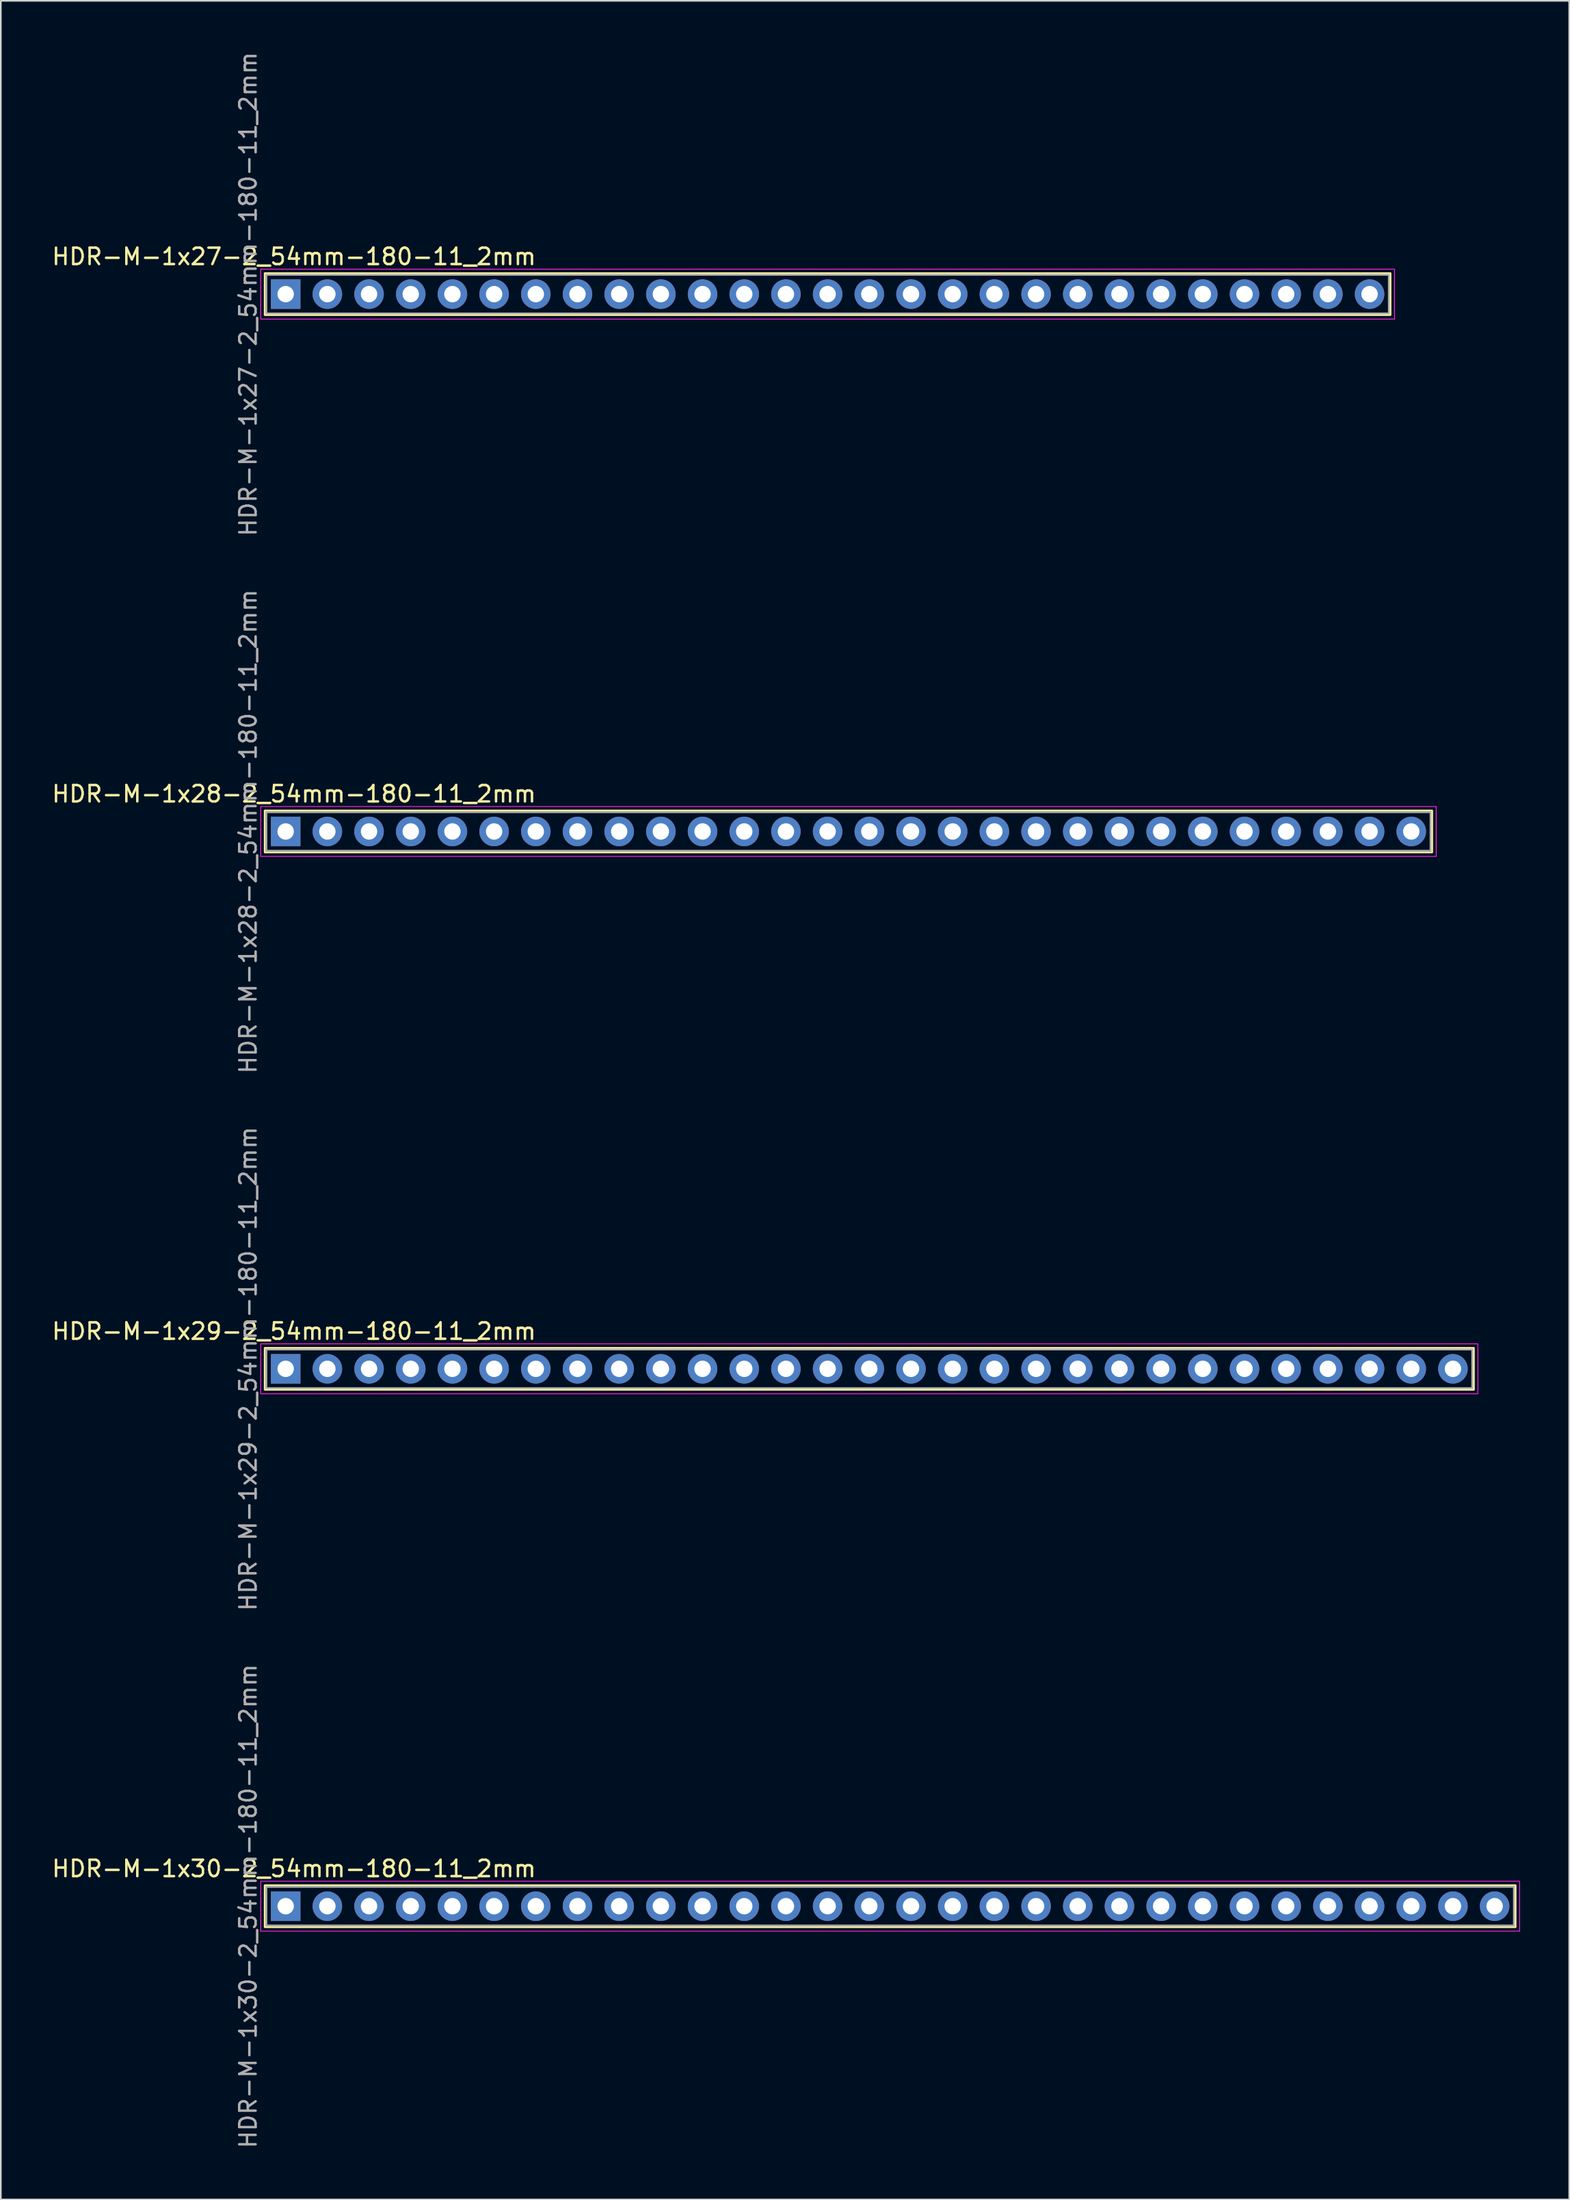
<source format=kicad_pcb>
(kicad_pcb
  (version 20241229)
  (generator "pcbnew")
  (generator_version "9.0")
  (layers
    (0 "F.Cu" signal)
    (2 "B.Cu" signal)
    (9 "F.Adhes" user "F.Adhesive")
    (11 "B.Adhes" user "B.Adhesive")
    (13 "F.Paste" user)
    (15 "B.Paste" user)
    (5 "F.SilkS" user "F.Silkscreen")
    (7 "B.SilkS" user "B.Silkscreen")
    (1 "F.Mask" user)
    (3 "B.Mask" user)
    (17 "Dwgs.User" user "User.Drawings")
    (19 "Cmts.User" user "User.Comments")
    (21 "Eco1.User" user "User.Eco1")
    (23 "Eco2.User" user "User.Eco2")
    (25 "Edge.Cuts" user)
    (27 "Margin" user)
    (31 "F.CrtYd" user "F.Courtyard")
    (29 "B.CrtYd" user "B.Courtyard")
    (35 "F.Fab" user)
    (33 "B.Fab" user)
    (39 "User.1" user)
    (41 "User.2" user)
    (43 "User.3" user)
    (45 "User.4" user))
  (footprint "HDR-M-1x29-2_54mm-180-11_2mm"
    (layer "F.Cu")
    (at 14.355 80.315)
    (property "Reference" "HDR-M-1x29-2_54mm-180-11_2mm" (at 0.508 -2.286 0) (unlocked yes) (layer "F.SilkS") (effects (font (size 1 1) (thickness 0.15))))
    (attr through_hole)
    (fp_rect (start -1.27 -1.27) (end 72.39 1.27) (stroke (width 0.12) (type solid)) (fill no) (layer "F.SilkS"))
    (fp_rect (start -1.52 -1.52) (end 72.64 1.52) (stroke (width 0.05) (type solid)) (fill no) (layer "F.CrtYd"))
    (fp_rect (start -1.17 -1.17) (end 72.29 1.17) (stroke (width 0.1) (type solid)) (fill no) (layer "F.Fab"))
    (fp_text user "${REFERENCE}" (at -2.286 0 90) (unlocked yes) (layer "F.Fab") (effects (font (size 1 1) (thickness 0.15))))
    (pad "1" thru_hole rect (at 0 0) (size 1.8 1.8) (drill 1) (layers "*.Cu" "*.Mask"))
    (pad "2" thru_hole circle (at 2.54 0) (size 1.8 1.8) (drill 1) (layers "*.Cu" "*.Mask"))
    (pad "3" thru_hole circle (at 5.08 0) (size 1.8 1.8) (drill 1) (layers "*.Cu" "*.Mask"))
    (pad "4" thru_hole circle (at 7.62 0) (size 1.8 1.8) (drill 1) (layers "*.Cu" "*.Mask"))
    (pad "5" thru_hole circle (at 10.16 0) (size 1.8 1.8) (drill 1) (layers "*.Cu" "*.Mask"))
    (pad "6" thru_hole circle (at 12.7 0) (size 1.8 1.8) (drill 1) (layers "*.Cu" "*.Mask"))
    (pad "7" thru_hole circle (at 15.24 0) (size 1.8 1.8) (drill 1) (layers "*.Cu" "*.Mask"))
    (pad "8" thru_hole circle (at 17.78 0) (size 1.8 1.8) (drill 1) (layers "*.Cu" "*.Mask"))
    (pad "9" thru_hole circle (at 20.32 0) (size 1.8 1.8) (drill 1) (layers "*.Cu" "*.Mask"))
    (pad "10" thru_hole circle (at 22.86 0) (size 1.8 1.8) (drill 1) (layers "*.Cu" "*.Mask"))
    (pad "11" thru_hole circle (at 25.4 0) (size 1.8 1.8) (drill 1) (layers "*.Cu" "*.Mask"))
    (pad "12" thru_hole circle (at 27.94 0) (size 1.8 1.8) (drill 1) (layers "*.Cu" "*.Mask"))
    (pad "13" thru_hole circle (at 30.48 0) (size 1.8 1.8) (drill 1) (layers "*.Cu" "*.Mask"))
    (pad "14" thru_hole circle (at 33.02 0) (size 1.8 1.8) (drill 1) (layers "*.Cu" "*.Mask"))
    (pad "15" thru_hole circle (at 35.56 0) (size 1.8 1.8) (drill 1) (layers "*.Cu" "*.Mask"))
    (pad "16" thru_hole circle (at 38.1 0) (size 1.8 1.8) (drill 1) (layers "*.Cu" "*.Mask"))
    (pad "17" thru_hole circle (at 40.64 0) (size 1.8 1.8) (drill 1) (layers "*.Cu" "*.Mask"))
    (pad "18" thru_hole circle (at 43.18 0) (size 1.8 1.8) (drill 1) (layers "*.Cu" "*.Mask"))
    (pad "19" thru_hole circle (at 45.72 0) (size 1.8 1.8) (drill 1) (layers "*.Cu" "*.Mask"))
    (pad "20" thru_hole circle (at 48.26 0) (size 1.8 1.8) (drill 1) (layers "*.Cu" "*.Mask"))
    (pad "21" thru_hole circle (at 50.8 0) (size 1.8 1.8) (drill 1) (layers "*.Cu" "*.Mask"))
    (pad "22" thru_hole circle (at 53.34 0) (size 1.8 1.8) (drill 1) (layers "*.Cu" "*.Mask"))
    (pad "23" thru_hole circle (at 55.88 0) (size 1.8 1.8) (drill 1) (layers "*.Cu" "*.Mask"))
    (pad "24" thru_hole circle (at 58.42 0) (size 1.8 1.8) (drill 1) (layers "*.Cu" "*.Mask"))
    (pad "25" thru_hole circle (at 60.96 0) (size 1.8 1.8) (drill 1) (layers "*.Cu" "*.Mask"))
    (pad "26" thru_hole circle (at 63.5 0) (size 1.8 1.8) (drill 1) (layers "*.Cu" "*.Mask"))
    (pad "27" thru_hole circle (at 66.04 0) (size 1.8 1.8) (drill 1) (layers "*.Cu" "*.Mask"))
    (pad "28" thru_hole circle (at 68.58 0) (size 1.8 1.8) (drill 1) (layers "*.Cu" "*.Mask"))
    (pad "29" thru_hole circle (at 71.12 0) (size 1.8 1.8) (drill 1) (layers "*.Cu" "*.Mask")))
  (footprint "HDR-M-1x27-2_54mm-180-11_2mm"
    (layer "F.Cu")
    (at 14.355 14.863)
    (property "Reference" "HDR-M-1x27-2_54mm-180-11_2mm" (at 0.508 -2.286 0) (unlocked yes) (layer "F.SilkS") (effects (font (size 1 1) (thickness 0.15))))
    (attr through_hole)
    (fp_rect (start -1.27 -1.27) (end 67.31 1.27) (stroke (width 0.12) (type solid)) (fill no) (layer "F.SilkS"))
    (fp_rect (start -1.52 -1.52) (end 67.56 1.52) (stroke (width 0.05) (type solid)) (fill no) (layer "F.CrtYd"))
    (fp_rect (start -1.17 -1.17) (end 67.21 1.17) (stroke (width 0.1) (type solid)) (fill no) (layer "F.Fab"))
    (fp_text user "${REFERENCE}" (at -2.286 0 90) (unlocked yes) (layer "F.Fab") (effects (font (size 1 1) (thickness 0.15))))
    (pad "1" thru_hole rect (at 0 0) (size 1.8 1.8) (drill 1) (layers "*.Cu" "*.Mask"))
    (pad "2" thru_hole circle (at 2.54 0) (size 1.8 1.8) (drill 1) (layers "*.Cu" "*.Mask"))
    (pad "3" thru_hole circle (at 5.08 0) (size 1.8 1.8) (drill 1) (layers "*.Cu" "*.Mask"))
    (pad "4" thru_hole circle (at 7.62 0) (size 1.8 1.8) (drill 1) (layers "*.Cu" "*.Mask"))
    (pad "5" thru_hole circle (at 10.16 0) (size 1.8 1.8) (drill 1) (layers "*.Cu" "*.Mask"))
    (pad "6" thru_hole circle (at 12.7 0) (size 1.8 1.8) (drill 1) (layers "*.Cu" "*.Mask"))
    (pad "7" thru_hole circle (at 15.24 0) (size 1.8 1.8) (drill 1) (layers "*.Cu" "*.Mask"))
    (pad "8" thru_hole circle (at 17.78 0) (size 1.8 1.8) (drill 1) (layers "*.Cu" "*.Mask"))
    (pad "9" thru_hole circle (at 20.32 0) (size 1.8 1.8) (drill 1) (layers "*.Cu" "*.Mask"))
    (pad "10" thru_hole circle (at 22.86 0) (size 1.8 1.8) (drill 1) (layers "*.Cu" "*.Mask"))
    (pad "11" thru_hole circle (at 25.4 0) (size 1.8 1.8) (drill 1) (layers "*.Cu" "*.Mask"))
    (pad "12" thru_hole circle (at 27.94 0) (size 1.8 1.8) (drill 1) (layers "*.Cu" "*.Mask"))
    (pad "13" thru_hole circle (at 30.48 0) (size 1.8 1.8) (drill 1) (layers "*.Cu" "*.Mask"))
    (pad "14" thru_hole circle (at 33.02 0) (size 1.8 1.8) (drill 1) (layers "*.Cu" "*.Mask"))
    (pad "15" thru_hole circle (at 35.56 0) (size 1.8 1.8) (drill 1) (layers "*.Cu" "*.Mask"))
    (pad "16" thru_hole circle (at 38.1 0) (size 1.8 1.8) (drill 1) (layers "*.Cu" "*.Mask"))
    (pad "17" thru_hole circle (at 40.64 0) (size 1.8 1.8) (drill 1) (layers "*.Cu" "*.Mask"))
    (pad "18" thru_hole circle (at 43.18 0) (size 1.8 1.8) (drill 1) (layers "*.Cu" "*.Mask"))
    (pad "19" thru_hole circle (at 45.72 0) (size 1.8 1.8) (drill 1) (layers "*.Cu" "*.Mask"))
    (pad "20" thru_hole circle (at 48.26 0) (size 1.8 1.8) (drill 1) (layers "*.Cu" "*.Mask"))
    (pad "21" thru_hole circle (at 50.8 0) (size 1.8 1.8) (drill 1) (layers "*.Cu" "*.Mask"))
    (pad "22" thru_hole circle (at 53.34 0) (size 1.8 1.8) (drill 1) (layers "*.Cu" "*.Mask"))
    (pad "23" thru_hole circle (at 55.88 0) (size 1.8 1.8) (drill 1) (layers "*.Cu" "*.Mask"))
    (pad "24" thru_hole circle (at 58.42 0) (size 1.8 1.8) (drill 1) (layers "*.Cu" "*.Mask"))
    (pad "25" thru_hole circle (at 60.96 0) (size 1.8 1.8) (drill 1) (layers "*.Cu" "*.Mask"))
    (pad "26" thru_hole circle (at 63.5 0) (size 1.8 1.8) (drill 1) (layers "*.Cu" "*.Mask"))
    (pad "27" thru_hole circle (at 66.04 0) (size 1.8 1.8) (drill 1) (layers "*.Cu" "*.Mask")))
  (footprint "HDR-M-1x28-2_54mm-180-11_2mm"
    (layer "F.Cu")
    (at 14.355 47.589)
    (property "Reference" "HDR-M-1x28-2_54mm-180-11_2mm" (at 0.508 -2.286 0) (unlocked yes) (layer "F.SilkS") (effects (font (size 1 1) (thickness 0.15))))
    (attr through_hole)
    (fp_rect (start -1.27 -1.27) (end 69.85 1.27) (stroke (width 0.12) (type solid)) (fill no) (layer "F.SilkS"))
    (fp_rect (start -1.52 -1.52) (end 70.1 1.52) (stroke (width 0.05) (type solid)) (fill no) (layer "F.CrtYd"))
    (fp_rect (start -1.17 -1.17) (end 69.75 1.17) (stroke (width 0.1) (type solid)) (fill no) (layer "F.Fab"))
    (fp_text user "${REFERENCE}" (at -2.286 0 90) (unlocked yes) (layer "F.Fab") (effects (font (size 1 1) (thickness 0.15))))
    (pad "1" thru_hole rect (at 0 0) (size 1.8 1.8) (drill 1) (layers "*.Cu" "*.Mask"))
    (pad "2" thru_hole circle (at 2.54 0) (size 1.8 1.8) (drill 1) (layers "*.Cu" "*.Mask"))
    (pad "3" thru_hole circle (at 5.08 0) (size 1.8 1.8) (drill 1) (layers "*.Cu" "*.Mask"))
    (pad "4" thru_hole circle (at 7.62 0) (size 1.8 1.8) (drill 1) (layers "*.Cu" "*.Mask"))
    (pad "5" thru_hole circle (at 10.16 0) (size 1.8 1.8) (drill 1) (layers "*.Cu" "*.Mask"))
    (pad "6" thru_hole circle (at 12.7 0) (size 1.8 1.8) (drill 1) (layers "*.Cu" "*.Mask"))
    (pad "7" thru_hole circle (at 15.24 0) (size 1.8 1.8) (drill 1) (layers "*.Cu" "*.Mask"))
    (pad "8" thru_hole circle (at 17.78 0) (size 1.8 1.8) (drill 1) (layers "*.Cu" "*.Mask"))
    (pad "9" thru_hole circle (at 20.32 0) (size 1.8 1.8) (drill 1) (layers "*.Cu" "*.Mask"))
    (pad "10" thru_hole circle (at 22.86 0) (size 1.8 1.8) (drill 1) (layers "*.Cu" "*.Mask"))
    (pad "11" thru_hole circle (at 25.4 0) (size 1.8 1.8) (drill 1) (layers "*.Cu" "*.Mask"))
    (pad "12" thru_hole circle (at 27.94 0) (size 1.8 1.8) (drill 1) (layers "*.Cu" "*.Mask"))
    (pad "13" thru_hole circle (at 30.48 0) (size 1.8 1.8) (drill 1) (layers "*.Cu" "*.Mask"))
    (pad "14" thru_hole circle (at 33.02 0) (size 1.8 1.8) (drill 1) (layers "*.Cu" "*.Mask"))
    (pad "15" thru_hole circle (at 35.56 0) (size 1.8 1.8) (drill 1) (layers "*.Cu" "*.Mask"))
    (pad "16" thru_hole circle (at 38.1 0) (size 1.8 1.8) (drill 1) (layers "*.Cu" "*.Mask"))
    (pad "17" thru_hole circle (at 40.64 0) (size 1.8 1.8) (drill 1) (layers "*.Cu" "*.Mask"))
    (pad "18" thru_hole circle (at 43.18 0) (size 1.8 1.8) (drill 1) (layers "*.Cu" "*.Mask"))
    (pad "19" thru_hole circle (at 45.72 0) (size 1.8 1.8) (drill 1) (layers "*.Cu" "*.Mask"))
    (pad "20" thru_hole circle (at 48.26 0) (size 1.8 1.8) (drill 1) (layers "*.Cu" "*.Mask"))
    (pad "21" thru_hole circle (at 50.8 0) (size 1.8 1.8) (drill 1) (layers "*.Cu" "*.Mask"))
    (pad "22" thru_hole circle (at 53.34 0) (size 1.8 1.8) (drill 1) (layers "*.Cu" "*.Mask"))
    (pad "23" thru_hole circle (at 55.88 0) (size 1.8 1.8) (drill 1) (layers "*.Cu" "*.Mask"))
    (pad "24" thru_hole circle (at 58.42 0) (size 1.8 1.8) (drill 1) (layers "*.Cu" "*.Mask"))
    (pad "25" thru_hole circle (at 60.96 0) (size 1.8 1.8) (drill 1) (layers "*.Cu" "*.Mask"))
    (pad "26" thru_hole circle (at 63.5 0) (size 1.8 1.8) (drill 1) (layers "*.Cu" "*.Mask"))
    (pad "27" thru_hole circle (at 66.04 0) (size 1.8 1.8) (drill 1) (layers "*.Cu" "*.Mask"))
    (pad "28" thru_hole circle (at 68.58 0) (size 1.8 1.8) (drill 1) (layers "*.Cu" "*.Mask")))
  (footprint "HDR-M-1x30-2_54mm-180-11_2mm"
    (layer "F.Cu")
    (at 14.355 113.042)
    (property "Reference" "HDR-M-1x30-2_54mm-180-11_2mm" (at 0.508 -2.286 0) (unlocked yes) (layer "F.SilkS") (effects (font (size 1 1) (thickness 0.15))))
    (attr through_hole)
    (fp_rect (start -1.27 -1.27) (end 74.93 1.27) (stroke (width 0.12) (type solid)) (fill no) (layer "F.SilkS"))
    (fp_rect (start -1.52 -1.52) (end 75.18 1.52) (stroke (width 0.05) (type solid)) (fill no) (layer "F.CrtYd"))
    (fp_rect (start -1.17 -1.17) (end 74.83 1.17) (stroke (width 0.1) (type solid)) (fill no) (layer "F.Fab"))
    (fp_text user "${REFERENCE}" (at -2.286 0 90) (unlocked yes) (layer "F.Fab") (effects (font (size 1 1) (thickness 0.15))))
    (pad "1" thru_hole rect (at 0 0) (size 1.8 1.8) (drill 1) (layers "*.Cu" "*.Mask"))
    (pad "2" thru_hole circle (at 2.54 0) (size 1.8 1.8) (drill 1) (layers "*.Cu" "*.Mask"))
    (pad "3" thru_hole circle (at 5.08 0) (size 1.8 1.8) (drill 1) (layers "*.Cu" "*.Mask"))
    (pad "4" thru_hole circle (at 7.62 0) (size 1.8 1.8) (drill 1) (layers "*.Cu" "*.Mask"))
    (pad "5" thru_hole circle (at 10.16 0) (size 1.8 1.8) (drill 1) (layers "*.Cu" "*.Mask"))
    (pad "6" thru_hole circle (at 12.7 0) (size 1.8 1.8) (drill 1) (layers "*.Cu" "*.Mask"))
    (pad "7" thru_hole circle (at 15.24 0) (size 1.8 1.8) (drill 1) (layers "*.Cu" "*.Mask"))
    (pad "8" thru_hole circle (at 17.78 0) (size 1.8 1.8) (drill 1) (layers "*.Cu" "*.Mask"))
    (pad "9" thru_hole circle (at 20.32 0) (size 1.8 1.8) (drill 1) (layers "*.Cu" "*.Mask"))
    (pad "10" thru_hole circle (at 22.86 0) (size 1.8 1.8) (drill 1) (layers "*.Cu" "*.Mask"))
    (pad "11" thru_hole circle (at 25.4 0) (size 1.8 1.8) (drill 1) (layers "*.Cu" "*.Mask"))
    (pad "12" thru_hole circle (at 27.94 0) (size 1.8 1.8) (drill 1) (layers "*.Cu" "*.Mask"))
    (pad "13" thru_hole circle (at 30.48 0) (size 1.8 1.8) (drill 1) (layers "*.Cu" "*.Mask"))
    (pad "14" thru_hole circle (at 33.02 0) (size 1.8 1.8) (drill 1) (layers "*.Cu" "*.Mask"))
    (pad "15" thru_hole circle (at 35.56 0) (size 1.8 1.8) (drill 1) (layers "*.Cu" "*.Mask"))
    (pad "16" thru_hole circle (at 38.1 0) (size 1.8 1.8) (drill 1) (layers "*.Cu" "*.Mask"))
    (pad "17" thru_hole circle (at 40.64 0) (size 1.8 1.8) (drill 1) (layers "*.Cu" "*.Mask"))
    (pad "18" thru_hole circle (at 43.18 0) (size 1.8 1.8) (drill 1) (layers "*.Cu" "*.Mask"))
    (pad "19" thru_hole circle (at 45.72 0) (size 1.8 1.8) (drill 1) (layers "*.Cu" "*.Mask"))
    (pad "20" thru_hole circle (at 48.26 0) (size 1.8 1.8) (drill 1) (layers "*.Cu" "*.Mask"))
    (pad "21" thru_hole circle (at 50.8 0) (size 1.8 1.8) (drill 1) (layers "*.Cu" "*.Mask"))
    (pad "22" thru_hole circle (at 53.34 0) (size 1.8 1.8) (drill 1) (layers "*.Cu" "*.Mask"))
    (pad "23" thru_hole circle (at 55.88 0) (size 1.8 1.8) (drill 1) (layers "*.Cu" "*.Mask"))
    (pad "24" thru_hole circle (at 58.42 0) (size 1.8 1.8) (drill 1) (layers "*.Cu" "*.Mask"))
    (pad "25" thru_hole circle (at 60.96 0) (size 1.8 1.8) (drill 1) (layers "*.Cu" "*.Mask"))
    (pad "26" thru_hole circle (at 63.5 0) (size 1.8 1.8) (drill 1) (layers "*.Cu" "*.Mask"))
    (pad "27" thru_hole circle (at 66.04 0) (size 1.8 1.8) (drill 1) (layers "*.Cu" "*.Mask"))
    (pad "28" thru_hole circle (at 68.58 0) (size 1.8 1.8) (drill 1) (layers "*.Cu" "*.Mask"))
    (pad "29" thru_hole circle (at 71.12 0) (size 1.8 1.8) (drill 1) (layers "*.Cu" "*.Mask"))
    (pad "30" thru_hole circle (at 73.66 0) (size 1.8 1.8) (drill 1) (layers "*.Cu" "*.Mask")))
  (gr_rect
    (start -3 -3)
    (end 92.56 130.905)
    (stroke (width 0.1) (type default))
    (fill no)
    (layer "Edge.Cuts")))
</source>
